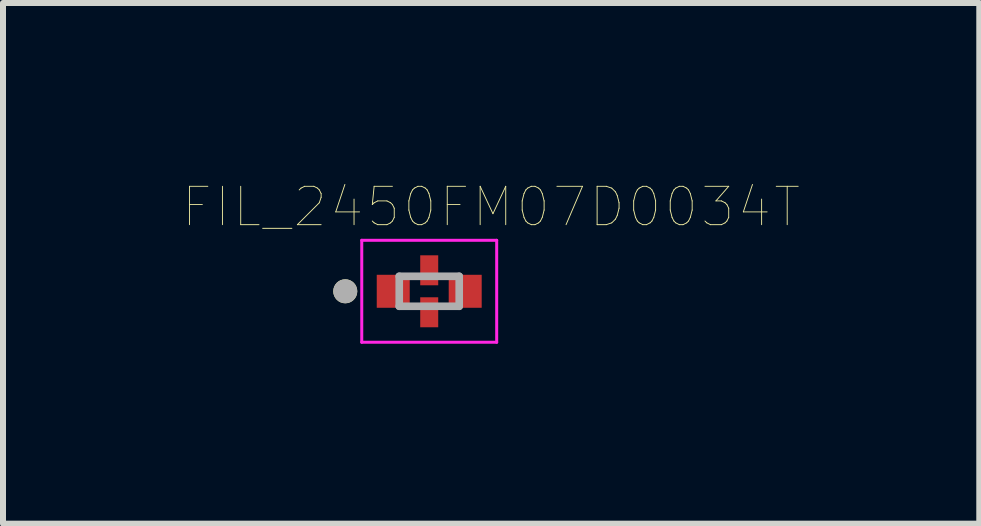
<source format=kicad_pcb>
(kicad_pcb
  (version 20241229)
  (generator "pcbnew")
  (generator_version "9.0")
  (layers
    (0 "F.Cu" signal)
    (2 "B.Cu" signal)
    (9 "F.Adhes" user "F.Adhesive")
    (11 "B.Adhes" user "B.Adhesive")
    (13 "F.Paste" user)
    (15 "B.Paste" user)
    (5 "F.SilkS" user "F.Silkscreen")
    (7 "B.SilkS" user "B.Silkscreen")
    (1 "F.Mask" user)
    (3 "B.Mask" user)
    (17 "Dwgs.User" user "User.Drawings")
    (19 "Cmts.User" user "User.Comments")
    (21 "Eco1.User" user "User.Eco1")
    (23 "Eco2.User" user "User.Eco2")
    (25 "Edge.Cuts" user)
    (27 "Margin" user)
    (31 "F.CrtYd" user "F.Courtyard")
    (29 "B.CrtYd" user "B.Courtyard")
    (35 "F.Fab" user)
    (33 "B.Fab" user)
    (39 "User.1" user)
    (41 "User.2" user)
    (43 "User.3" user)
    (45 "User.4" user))
  (footprint "FIL_2450FM07D0034T"
    (layer "F.Cu")
    (at 4.107 1.807)
    (property "Reference" "FIL_2450FM07D0034T" (at 1.032 -1.406 0) (layer "F.SilkS") (effects (font (size 0.64 0.64) (thickness 0.015))))
    (attr through_hole)
    (fp_circle (center -1.4 0) (end -1.3 0) (stroke (width 0.2) (type solid)) (fill no) (layer "F.SilkS"))
    (fp_line (start -1.125 -0.85) (end -1.125 0.85) (stroke (width 0.05) (type solid)) (layer "F.CrtYd"))
    (fp_line (start -1.125 0.85) (end 1.125 0.85) (stroke (width 0.05) (type solid)) (layer "F.CrtYd"))
    (fp_line (start 1.125 -0.85) (end -1.125 -0.85) (stroke (width 0.05) (type solid)) (layer "F.CrtYd"))
    (fp_line (start 1.125 0.85) (end 1.125 -0.85) (stroke (width 0.05) (type solid)) (layer "F.CrtYd"))
    (fp_line (start -0.5 -0.25) (end -0.5 0.25) (stroke (width 0.127) (type solid)) (layer "F.Fab"))
    (fp_line (start -0.5 0.25) (end 0.5 0.25) (stroke (width 0.127) (type solid)) (layer "F.Fab"))
    (fp_line (start 0.5 -0.25) (end -0.5 -0.25) (stroke (width 0.127) (type solid)) (layer "F.Fab"))
    (fp_line (start 0.5 0.25) (end 0.5 -0.25) (stroke (width 0.127) (type solid)) (layer "F.Fab"))
    (fp_circle (center -1.4 0) (end -1.3 0) (stroke (width 0.2) (type solid)) (fill no) (layer "F.Fab"))
    (pad "1" smd rect (at -0.6 0) (size 0.55 0.55) (layers "F.Cu" "F.Mask" "F.Paste"))
    (pad "2" smd rect (at 0 0.35) (size 0.3 0.5) (layers "F.Cu" "F.Mask" "F.Paste"))
    (pad "3" smd rect (at 0.6 0) (size 0.55 0.55) (layers "F.Cu" "F.Mask" "F.Paste"))
    (pad "4" smd rect (at 0 -0.35) (size 0.3 0.5) (layers "F.Cu" "F.Mask" "F.Paste")))
  (gr_rect
    (start -3 -3)
    (end 13.279 5.682)
    (stroke (width 0.1) (type default))
    (fill no)
    (layer "Edge.Cuts")))
</source>
